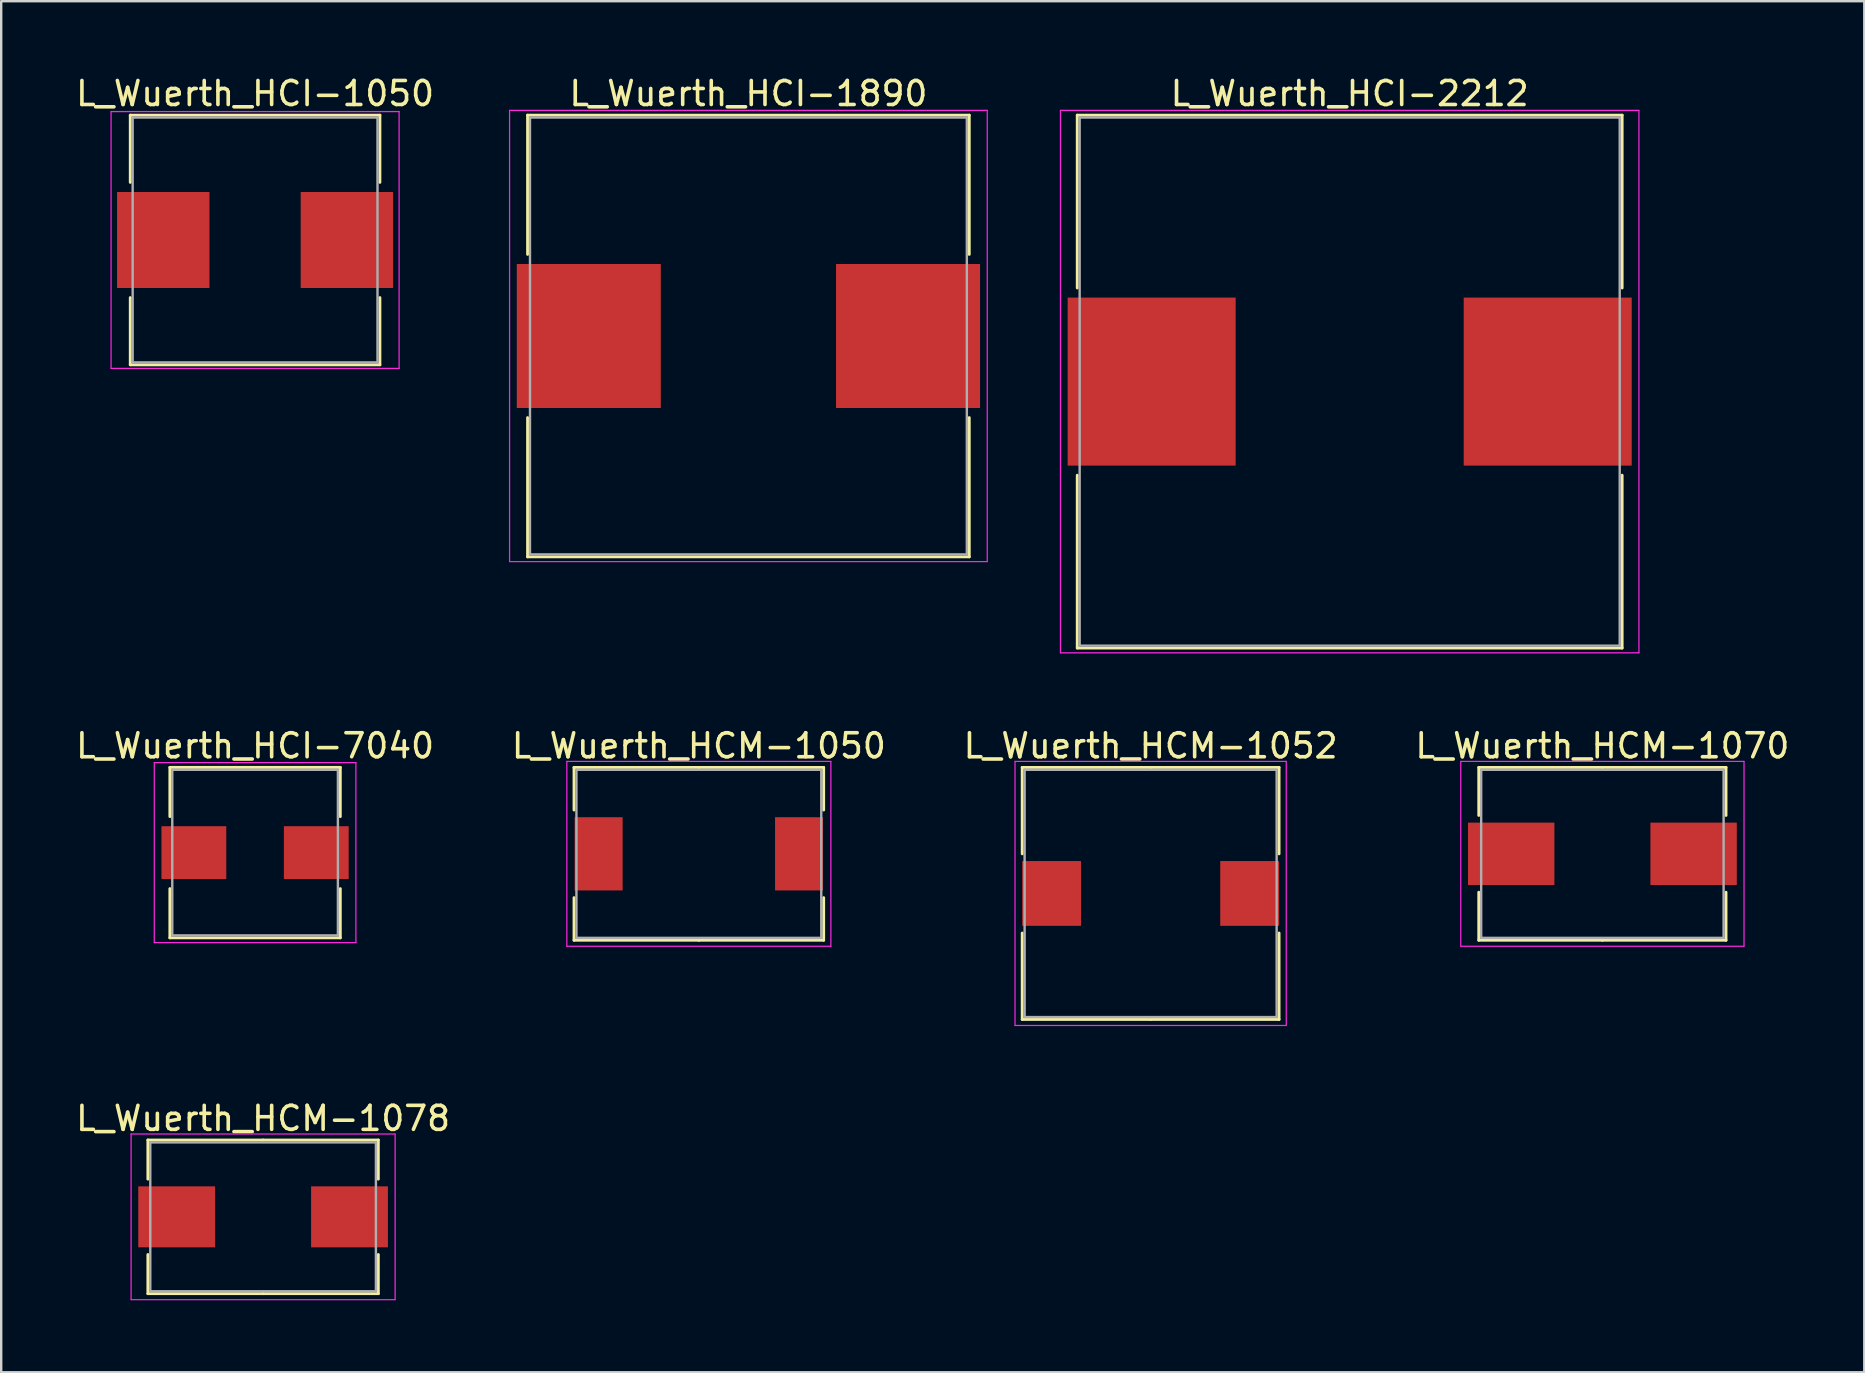
<source format=kicad_pcb>
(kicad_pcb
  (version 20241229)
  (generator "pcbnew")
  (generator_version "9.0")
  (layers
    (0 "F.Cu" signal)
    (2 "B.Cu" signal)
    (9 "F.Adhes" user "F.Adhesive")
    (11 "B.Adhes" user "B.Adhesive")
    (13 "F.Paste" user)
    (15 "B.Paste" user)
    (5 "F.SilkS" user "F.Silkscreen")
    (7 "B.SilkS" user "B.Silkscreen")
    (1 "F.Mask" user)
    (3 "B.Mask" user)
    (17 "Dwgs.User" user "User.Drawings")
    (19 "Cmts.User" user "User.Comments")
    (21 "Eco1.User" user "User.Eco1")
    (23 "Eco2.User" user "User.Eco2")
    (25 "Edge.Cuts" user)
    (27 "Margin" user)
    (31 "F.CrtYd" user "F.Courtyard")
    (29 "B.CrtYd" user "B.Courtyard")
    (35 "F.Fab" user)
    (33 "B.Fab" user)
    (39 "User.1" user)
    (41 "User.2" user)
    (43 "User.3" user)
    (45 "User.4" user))
  (footprint "L_Wuerth_HCI-2212"
    (layer "F.Cu")
    (at 53.18 12.848)
    (property "Reference" "L_Wuerth_HCI-2212" (at 0 -12 0) (layer "F.SilkS") (effects (font (size 1 1) (thickness 0.15))))
    (attr smd)
    (fp_line (start -11.35 -11.1) (end 11.35 -11.1) (stroke (width 0.12) (type solid)) (layer "F.SilkS"))
    (fp_line (start -11.35 -3.9) (end -11.35 -11.1) (stroke (width 0.12) (type solid)) (layer "F.SilkS"))
    (fp_line (start -11.35 3.9) (end -11.35 11.1) (stroke (width 0.12) (type solid)) (layer "F.SilkS"))
    (fp_line (start -11.35 11.1) (end 11.35 11.1) (stroke (width 0.12) (type solid)) (layer "F.SilkS"))
    (fp_line (start 11.35 -11.1) (end 11.35 -3.9) (stroke (width 0.12) (type solid)) (layer "F.SilkS"))
    (fp_line (start 11.35 11.1) (end 11.35 3.9) (stroke (width 0.12) (type solid)) (layer "F.SilkS"))
    (fp_line (start -12.05 -11.3) (end -12.05 11.3) (stroke (width 0.05) (type solid)) (layer "F.CrtYd"))
    (fp_line (start -12.05 11.3) (end 12.05 11.3) (stroke (width 0.05) (type solid)) (layer "F.CrtYd"))
    (fp_line (start 12.05 -11.3) (end -12.05 -11.3) (stroke (width 0.05) (type solid)) (layer "F.CrtYd"))
    (fp_line (start 12.05 11.3) (end 12.05 -11.3) (stroke (width 0.05) (type solid)) (layer "F.CrtYd"))
    (fp_line (start -11.25 -11) (end -11.25 11) (stroke (width 0.1) (type solid)) (layer "F.Fab"))
    (fp_line (start -11.25 11) (end 11.25 11) (stroke (width 0.1) (type solid)) (layer "F.Fab"))
    (fp_line (start 11.25 -11) (end -11.25 -11) (stroke (width 0.1) (type solid)) (layer "F.Fab"))
    (fp_line (start 11.25 11) (end 11.25 -11) (stroke (width 0.1) (type solid)) (layer "F.Fab"))
    (pad "1" smd rect (at -8.25 0) (size 7 7) (layers "F.Cu" "F.Mask" "F.Paste"))
    (pad "2" smd rect (at 8.25 0) (size 7 7) (layers "F.Cu" "F.Mask" "F.Paste")))
  (footprint "L_Wuerth_HCI-7040"
    (layer "F.Cu")
    (at 7.577 32.471)
    (property "Reference" "L_Wuerth_HCI-7040" (at 0 -4.45 0) (layer "F.SilkS") (effects (font (size 1 1) (thickness 0.15))))
    (attr smd)
    (fp_line (start -3.55 -3.55) (end 3.55 -3.55) (stroke (width 0.12) (type solid)) (layer "F.SilkS"))
    (fp_line (start -3.55 -1.5) (end -3.55 -3.55) (stroke (width 0.12) (type solid)) (layer "F.SilkS"))
    (fp_line (start -3.55 1.5) (end -3.55 3.55) (stroke (width 0.12) (type solid)) (layer "F.SilkS"))
    (fp_line (start -3.55 3.55) (end 3.55 3.55) (stroke (width 0.12) (type solid)) (layer "F.SilkS"))
    (fp_line (start 3.55 -3.55) (end 3.55 -1.5) (stroke (width 0.12) (type solid)) (layer "F.SilkS"))
    (fp_line (start 3.55 3.55) (end 3.55 1.5) (stroke (width 0.12) (type solid)) (layer "F.SilkS"))
    (fp_line (start -4.2 -3.75) (end -4.2 3.75) (stroke (width 0.05) (type solid)) (layer "F.CrtYd"))
    (fp_line (start -4.2 3.75) (end 4.2 3.75) (stroke (width 0.05) (type solid)) (layer "F.CrtYd"))
    (fp_line (start 4.2 -3.75) (end -4.2 -3.75) (stroke (width 0.05) (type solid)) (layer "F.CrtYd"))
    (fp_line (start 4.2 3.75) (end 4.2 -3.75) (stroke (width 0.05) (type solid)) (layer "F.CrtYd"))
    (fp_line (start -3.45 -3.45) (end -3.45 3.45) (stroke (width 0.1) (type solid)) (layer "F.Fab"))
    (fp_line (start -3.45 3.45) (end 3.45 3.45) (stroke (width 0.1) (type solid)) (layer "F.Fab"))
    (fp_line (start 3.45 -3.45) (end -3.45 -3.45) (stroke (width 0.1) (type solid)) (layer "F.Fab"))
    (fp_line (start 3.45 3.45) (end 3.45 -3.45) (stroke (width 0.1) (type solid)) (layer "F.Fab"))
    (pad "1" smd rect (at -2.55 0) (size 2.7 2.2) (layers "F.Cu" "F.Mask" "F.Paste"))
    (pad "2" smd rect (at 2.55 0) (size 2.7 2.2) (layers "F.Cu" "F.Mask" "F.Paste")))
  (footprint "L_Wuerth_HCI-1050"
    (layer "F.Cu")
    (at 7.577 6.948)
    (property "Reference" "L_Wuerth_HCI-1050" (at 0 -6.1 0) (layer "F.SilkS") (effects (font (size 1 1) (thickness 0.15))))
    (attr smd)
    (fp_line (start -5.2 -5.2) (end 5.2 -5.2) (stroke (width 0.12) (type solid)) (layer "F.SilkS"))
    (fp_line (start -5.2 -2.4) (end -5.2 -5.2) (stroke (width 0.12) (type solid)) (layer "F.SilkS"))
    (fp_line (start -5.2 2.4) (end -5.2 5.2) (stroke (width 0.12) (type solid)) (layer "F.SilkS"))
    (fp_line (start -5.2 5.2) (end 5.2 5.2) (stroke (width 0.12) (type solid)) (layer "F.SilkS"))
    (fp_line (start 5.2 -5.2) (end 5.2 -2.4) (stroke (width 0.12) (type solid)) (layer "F.SilkS"))
    (fp_line (start 5.2 5.2) (end 5.2 2.4) (stroke (width 0.12) (type solid)) (layer "F.SilkS"))
    (fp_line (start -6 -5.35) (end -6 5.35) (stroke (width 0.05) (type solid)) (layer "F.CrtYd"))
    (fp_line (start -6 5.35) (end 6 5.35) (stroke (width 0.05) (type solid)) (layer "F.CrtYd"))
    (fp_line (start 6 -5.35) (end -6 -5.35) (stroke (width 0.05) (type solid)) (layer "F.CrtYd"))
    (fp_line (start 6 5.35) (end 6 -5.35) (stroke (width 0.05) (type solid)) (layer "F.CrtYd"))
    (fp_line (start -5.1 -5.1) (end -5.1 5.1) (stroke (width 0.1) (type solid)) (layer "F.Fab"))
    (fp_line (start -5.1 5.1) (end 5.1 5.1) (stroke (width 0.1) (type solid)) (layer "F.Fab"))
    (fp_line (start 5.1 -5.1) (end -5.1 -5.1) (stroke (width 0.1) (type solid)) (layer "F.Fab"))
    (fp_line (start 5.1 5.1) (end 5.1 -5.1) (stroke (width 0.1) (type solid)) (layer "F.Fab"))
    (pad "1" smd rect (at -3.825 0) (size 3.85 4) (layers "F.Cu" "F.Mask" "F.Paste"))
    (pad "2" smd rect (at 3.825 0) (size 3.85 4) (layers "F.Cu" "F.Mask" "F.Paste")))
  (footprint "L_Wuerth_HCI-1890"
    (layer "F.Cu")
    (at 28.13 10.948)
    (property "Reference" "L_Wuerth_HCI-1890" (at 0 -10.1 0) (layer "F.SilkS") (effects (font (size 1 1) (thickness 0.15))))
    (attr smd)
    (fp_line (start -9.2 -9.2) (end 9.2 -9.2) (stroke (width 0.12) (type solid)) (layer "F.SilkS"))
    (fp_line (start -9.2 -3.4) (end -9.2 -9.2) (stroke (width 0.12) (type solid)) (layer "F.SilkS"))
    (fp_line (start -9.2 3.4) (end -9.2 9.2) (stroke (width 0.12) (type solid)) (layer "F.SilkS"))
    (fp_line (start -9.2 9.2) (end 9.2 9.2) (stroke (width 0.12) (type solid)) (layer "F.SilkS"))
    (fp_line (start 9.2 -9.2) (end 9.2 -3.4) (stroke (width 0.12) (type solid)) (layer "F.SilkS"))
    (fp_line (start 9.2 9.2) (end 9.2 3.4) (stroke (width 0.12) (type solid)) (layer "F.SilkS"))
    (fp_line (start -9.95 -9.4) (end -9.95 9.4) (stroke (width 0.05) (type solid)) (layer "F.CrtYd"))
    (fp_line (start -9.95 9.4) (end 9.95 9.4) (stroke (width 0.05) (type solid)) (layer "F.CrtYd"))
    (fp_line (start 9.95 -9.4) (end -9.95 -9.4) (stroke (width 0.05) (type solid)) (layer "F.CrtYd"))
    (fp_line (start 9.95 9.4) (end 9.95 -9.4) (stroke (width 0.05) (type solid)) (layer "F.CrtYd"))
    (fp_line (start -9.1 -9.1) (end -9.1 9.1) (stroke (width 0.1) (type solid)) (layer "F.Fab"))
    (fp_line (start -9.1 9.1) (end 9.1 9.1) (stroke (width 0.1) (type solid)) (layer "F.Fab"))
    (fp_line (start 9.1 -9.1) (end -9.1 -9.1) (stroke (width 0.1) (type solid)) (layer "F.Fab"))
    (fp_line (start 9.1 9.1) (end 9.1 -9.1) (stroke (width 0.1) (type solid)) (layer "F.Fab"))
    (pad "1" smd rect (at -6.65 0) (size 6 6) (layers "F.Cu" "F.Mask" "F.Paste"))
    (pad "2" smd rect (at 6.65 0) (size 6 6) (layers "F.Cu" "F.Mask" "F.Paste")))
  (footprint "L_Wuerth_HCM-1078"
    (layer "F.Cu")
    (at 7.911 47.645)
    (property "Reference" "L_Wuerth_HCM-1078" (at 0 -4.1 0) (layer "F.SilkS") (effects (font (size 1 1) (thickness 0.15))))
    (attr smd)
    (fp_line (start -4.8 -3.2) (end 0 -3.2) (stroke (width 0.12) (type solid)) (layer "F.SilkS"))
    (fp_line (start -4.8 -1.57) (end -4.8 -3.2) (stroke (width 0.12) (type solid)) (layer "F.SilkS"))
    (fp_line (start -4.8 1.57) (end -4.8 3.2) (stroke (width 0.12) (type solid)) (layer "F.SilkS"))
    (fp_line (start -4.8 3.2) (end 0 3.2) (stroke (width 0.12) (type solid)) (layer "F.SilkS"))
    (fp_line (start 4.8 -3.2) (end 0 -3.2) (stroke (width 0.12) (type solid)) (layer "F.SilkS"))
    (fp_line (start 4.8 -1.57) (end 4.8 -3.2) (stroke (width 0.12) (type solid)) (layer "F.SilkS"))
    (fp_line (start 4.8 1.57) (end 4.8 3.2) (stroke (width 0.12) (type solid)) (layer "F.SilkS"))
    (fp_line (start 4.8 3.2) (end 0 3.2) (stroke (width 0.12) (type solid)) (layer "F.SilkS"))
    (fp_line (start -5.5 -3.45) (end -5.5 3.45) (stroke (width 0.05) (type solid)) (layer "F.CrtYd"))
    (fp_line (start -5.5 3.45) (end 5.5 3.45) (stroke (width 0.05) (type solid)) (layer "F.CrtYd"))
    (fp_line (start 5.5 -3.45) (end -5.5 -3.45) (stroke (width 0.05) (type solid)) (layer "F.CrtYd"))
    (fp_line (start 5.5 3.45) (end 5.5 -3.45) (stroke (width 0.05) (type solid)) (layer "F.CrtYd"))
    (fp_line (start -4.7 -3.1) (end -4.7 3.1) (stroke (width 0.1) (type solid)) (layer "F.Fab"))
    (fp_line (start -4.7 3.1) (end 4.7 3.1) (stroke (width 0.1) (type solid)) (layer "F.Fab"))
    (fp_line (start 4.7 -3.1) (end -4.7 -3.1) (stroke (width 0.1) (type solid)) (layer "F.Fab"))
    (fp_line (start 4.7 3.1) (end 4.7 -3.1) (stroke (width 0.1) (type solid)) (layer "F.Fab"))
    (pad "1" smd rect (at -3.6 0) (size 3.2 2.54) (layers "F.Cu" "F.Mask" "F.Paste"))
    (pad "2" smd rect (at 3.6 0) (size 3.2 2.54) (layers "F.Cu" "F.Mask" "F.Paste")))
  (footprint "L_Wuerth_HCM-1052"
    (layer "F.Cu")
    (at 44.887 34.172)
    (property "Reference" "L_Wuerth_HCM-1052" (at 0 -6.15 0) (layer "F.SilkS") (effects (font (size 1 1) (thickness 0.15))))
    (attr smd)
    (fp_line (start -5.35 -5.25) (end 0 -5.25) (stroke (width 0.12) (type solid)) (layer "F.SilkS"))
    (fp_line (start -5.35 -1.65) (end -5.35 -5.25) (stroke (width 0.12) (type solid)) (layer "F.SilkS"))
    (fp_line (start -5.35 1.65) (end -5.35 5.25) (stroke (width 0.12) (type solid)) (layer "F.SilkS"))
    (fp_line (start -5.35 5.25) (end 0 5.25) (stroke (width 0.12) (type solid)) (layer "F.SilkS"))
    (fp_line (start 5.35 -5.25) (end 0 -5.25) (stroke (width 0.12) (type solid)) (layer "F.SilkS"))
    (fp_line (start 5.35 -1.65) (end 5.35 -5.25) (stroke (width 0.12) (type solid)) (layer "F.SilkS"))
    (fp_line (start 5.35 1.65) (end 5.35 5.25) (stroke (width 0.12) (type solid)) (layer "F.SilkS"))
    (fp_line (start 5.35 5.25) (end 0 5.25) (stroke (width 0.12) (type solid)) (layer "F.SilkS"))
    (fp_line (start -5.65 -5.5) (end -5.65 5.5) (stroke (width 0.05) (type solid)) (layer "F.CrtYd"))
    (fp_line (start -5.65 5.5) (end 5.65 5.5) (stroke (width 0.05) (type solid)) (layer "F.CrtYd"))
    (fp_line (start 5.65 -5.5) (end -5.65 -5.5) (stroke (width 0.05) (type solid)) (layer "F.CrtYd"))
    (fp_line (start 5.65 5.5) (end 5.65 -5.5) (stroke (width 0.05) (type solid)) (layer "F.CrtYd"))
    (fp_line (start -5.25 -5.15) (end -5.25 5.15) (stroke (width 0.1) (type solid)) (layer "F.Fab"))
    (fp_line (start -5.25 5.15) (end 5.25 5.15) (stroke (width 0.1) (type solid)) (layer "F.Fab"))
    (fp_line (start 5.25 -5.15) (end -5.25 -5.15) (stroke (width 0.1) (type solid)) (layer "F.Fab"))
    (fp_line (start 5.25 5.15) (end 5.25 -5.15) (stroke (width 0.1) (type solid)) (layer "F.Fab"))
    (pad "1" smd rect (at -4.125 0) (size 2.45 2.7) (layers "F.Cu" "F.Mask" "F.Paste"))
    (pad "2" smd rect (at 4.125 0) (size 2.45 2.7) (layers "F.Cu" "F.Mask" "F.Paste")))
  (footprint "L_Wuerth_HCM-1070"
    (layer "F.Cu")
    (at 63.708 32.522)
    (property "Reference" "L_Wuerth_HCM-1070" (at 0 -4.5 0) (layer "F.SilkS") (effects (font (size 1 1) (thickness 0.15))))
    (attr smd)
    (fp_line (start -5.15 -3.6) (end 0 -3.6) (stroke (width 0.12) (type solid)) (layer "F.SilkS"))
    (fp_line (start -5.15 -1.6) (end -5.15 -3.6) (stroke (width 0.12) (type solid)) (layer "F.SilkS"))
    (fp_line (start -5.15 1.6) (end -5.15 3.6) (stroke (width 0.12) (type solid)) (layer "F.SilkS"))
    (fp_line (start -5.15 3.6) (end 0 3.6) (stroke (width 0.12) (type solid)) (layer "F.SilkS"))
    (fp_line (start 5.15 -3.6) (end 0 -3.6) (stroke (width 0.12) (type solid)) (layer "F.SilkS"))
    (fp_line (start 5.15 -1.6) (end 5.15 -3.6) (stroke (width 0.12) (type solid)) (layer "F.SilkS"))
    (fp_line (start 5.15 1.6) (end 5.15 3.6) (stroke (width 0.12) (type solid)) (layer "F.SilkS"))
    (fp_line (start 5.15 3.6) (end 0 3.6) (stroke (width 0.12) (type solid)) (layer "F.SilkS"))
    (fp_line (start -5.9 -3.85) (end -5.9 3.85) (stroke (width 0.05) (type solid)) (layer "F.CrtYd"))
    (fp_line (start -5.9 3.85) (end 5.9 3.85) (stroke (width 0.05) (type solid)) (layer "F.CrtYd"))
    (fp_line (start 5.9 -3.85) (end -5.9 -3.85) (stroke (width 0.05) (type solid)) (layer "F.CrtYd"))
    (fp_line (start 5.9 3.85) (end 5.9 -3.85) (stroke (width 0.05) (type solid)) (layer "F.CrtYd"))
    (fp_line (start -5.05 -3.5) (end -5.05 3.5) (stroke (width 0.1) (type solid)) (layer "F.Fab"))
    (fp_line (start -5.05 3.5) (end 5.05 3.5) (stroke (width 0.1) (type solid)) (layer "F.Fab"))
    (fp_line (start 5.05 -3.5) (end -5.05 -3.5) (stroke (width 0.1) (type solid)) (layer "F.Fab"))
    (fp_line (start 5.05 3.5) (end 5.05 -3.5) (stroke (width 0.1) (type solid)) (layer "F.Fab"))
    (pad "1" smd rect (at -3.8 0) (size 3.6 2.6) (layers "F.Cu" "F.Mask" "F.Paste"))
    (pad "2" smd rect (at 3.8 0) (size 3.6 2.6) (layers "F.Cu" "F.Mask" "F.Paste")))
  (footprint "L_Wuerth_HCM-1050"
    (layer "F.Cu")
    (at 26.065 32.522)
    (property "Reference" "L_Wuerth_HCM-1050" (at 0 -4.5 0) (layer "F.SilkS") (effects (font (size 1 1) (thickness 0.15))))
    (attr smd)
    (fp_line (start -5.2 -3.6) (end 0 -3.6) (stroke (width 0.12) (type solid)) (layer "F.SilkS"))
    (fp_line (start -5.2 -1.825) (end -5.2 -3.6) (stroke (width 0.12) (type solid)) (layer "F.SilkS"))
    (fp_line (start -5.2 1.825) (end -5.2 3.6) (stroke (width 0.12) (type solid)) (layer "F.SilkS"))
    (fp_line (start -5.2 3.6) (end 0 3.6) (stroke (width 0.12) (type solid)) (layer "F.SilkS"))
    (fp_line (start 5.2 -3.6) (end 0 -3.6) (stroke (width 0.12) (type solid)) (layer "F.SilkS"))
    (fp_line (start 5.2 -1.825) (end 5.2 -3.6) (stroke (width 0.12) (type solid)) (layer "F.SilkS"))
    (fp_line (start 5.2 1.825) (end 5.2 3.6) (stroke (width 0.12) (type solid)) (layer "F.SilkS"))
    (fp_line (start 5.2 3.6) (end 0 3.6) (stroke (width 0.12) (type solid)) (layer "F.SilkS"))
    (fp_line (start -5.5 -3.85) (end -5.5 3.85) (stroke (width 0.05) (type solid)) (layer "F.CrtYd"))
    (fp_line (start -5.5 3.85) (end 5.5 3.85) (stroke (width 0.05) (type solid)) (layer "F.CrtYd"))
    (fp_line (start 5.5 -3.85) (end -5.5 -3.85) (stroke (width 0.05) (type solid)) (layer "F.CrtYd"))
    (fp_line (start 5.5 3.85) (end 5.5 -3.85) (stroke (width 0.05) (type solid)) (layer "F.CrtYd"))
    (fp_line (start -5.1 -3.5) (end -5.1 3.5) (stroke (width 0.1) (type solid)) (layer "F.Fab"))
    (fp_line (start -5.1 3.5) (end 5.1 3.5) (stroke (width 0.1) (type solid)) (layer "F.Fab"))
    (fp_line (start 5.1 -3.5) (end -5.1 -3.5) (stroke (width 0.1) (type solid)) (layer "F.Fab"))
    (fp_line (start 5.1 3.5) (end 5.1 -3.5) (stroke (width 0.1) (type solid)) (layer "F.Fab"))
    (pad "1" smd rect (at -4.175 0) (size 2 3.05) (layers "F.Cu" "F.Mask" "F.Paste"))
    (pad "2" smd rect (at 4.175 0) (size 2 3.05) (layers "F.Cu" "F.Mask" "F.Paste")))
  (gr_rect
    (start -3 -3)
    (end 74.619 54.12)
    (stroke (width 0.1) (type default))
    (fill no)
    (layer "Edge.Cuts")))
</source>
